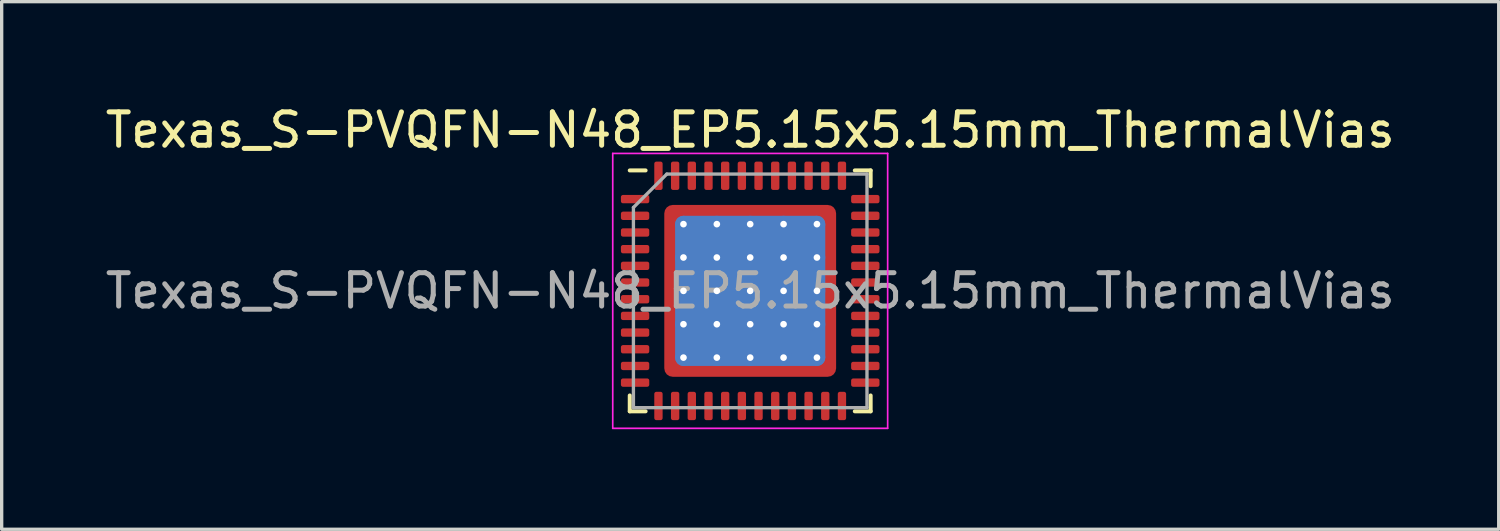
<source format=kicad_pcb>
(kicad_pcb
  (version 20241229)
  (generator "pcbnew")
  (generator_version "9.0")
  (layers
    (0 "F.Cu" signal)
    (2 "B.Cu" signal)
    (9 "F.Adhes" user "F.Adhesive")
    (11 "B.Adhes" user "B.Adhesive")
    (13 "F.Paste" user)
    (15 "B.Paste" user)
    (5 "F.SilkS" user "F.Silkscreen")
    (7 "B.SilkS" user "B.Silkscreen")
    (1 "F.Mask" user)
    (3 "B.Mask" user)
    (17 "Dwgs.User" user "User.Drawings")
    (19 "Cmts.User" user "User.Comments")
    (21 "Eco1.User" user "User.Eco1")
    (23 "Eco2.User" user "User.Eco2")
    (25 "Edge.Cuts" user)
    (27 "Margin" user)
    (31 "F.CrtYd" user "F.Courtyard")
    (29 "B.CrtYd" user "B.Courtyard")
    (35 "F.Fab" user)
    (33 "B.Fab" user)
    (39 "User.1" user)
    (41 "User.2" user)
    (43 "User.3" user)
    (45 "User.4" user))
  (footprint "Texas_S-PVQFN-N48_EP5.15x5.15mm_ThermalVias"
    (layer "F.Cu")
    (at 19.435 5.668)
    (property "Reference" "Texas_S-PVQFN-N48_EP5.15x5.15mm_ThermalVias" (at 0 -4.82 0) (layer "F.SilkS") (effects (font (size 1 1) (thickness 0.15))))
    (attr smd)
    (fp_line (start -3.61 3.61) (end -3.61 3.135) (stroke (width 0.12) (type solid)) (layer "F.SilkS"))
    (fp_line (start -3.135 -3.61) (end -3.61 -3.61) (stroke (width 0.12) (type solid)) (layer "F.SilkS"))
    (fp_line (start -3.135 3.61) (end -3.61 3.61) (stroke (width 0.12) (type solid)) (layer "F.SilkS"))
    (fp_line (start 3.135 -3.61) (end 3.61 -3.61) (stroke (width 0.12) (type solid)) (layer "F.SilkS"))
    (fp_line (start 3.135 3.61) (end 3.61 3.61) (stroke (width 0.12) (type solid)) (layer "F.SilkS"))
    (fp_line (start 3.61 -3.61) (end 3.61 -3.135) (stroke (width 0.12) (type solid)) (layer "F.SilkS"))
    (fp_line (start 3.61 3.61) (end 3.61 3.135) (stroke (width 0.12) (type solid)) (layer "F.SilkS"))
    (fp_line (start -4.12 -4.12) (end -4.12 4.12) (stroke (width 0.05) (type solid)) (layer "F.CrtYd"))
    (fp_line (start -4.12 4.12) (end 4.12 4.12) (stroke (width 0.05) (type solid)) (layer "F.CrtYd"))
    (fp_line (start 4.12 -4.12) (end -4.12 -4.12) (stroke (width 0.05) (type solid)) (layer "F.CrtYd"))
    (fp_line (start 4.12 4.12) (end 4.12 -4.12) (stroke (width 0.05) (type solid)) (layer "F.CrtYd"))
    (fp_line (start -3.5 -2.5) (end -2.5 -3.5) (stroke (width 0.1) (type solid)) (layer "F.Fab"))
    (fp_line (start -3.5 3.5) (end -3.5 -2.5) (stroke (width 0.1) (type solid)) (layer "F.Fab"))
    (fp_line (start -2.5 -3.5) (end 3.5 -3.5) (stroke (width 0.1) (type solid)) (layer "F.Fab"))
    (fp_line (start 3.5 -3.5) (end 3.5 3.5) (stroke (width 0.1) (type solid)) (layer "F.Fab"))
    (fp_line (start 3.5 3.5) (end -3.5 3.5) (stroke (width 0.1) (type solid)) (layer "F.Fab"))
    (fp_text user "${REFERENCE}" (at 0 0 0) (layer "F.Fab") (effects (font (size 1 1) (thickness 0.15))))
    (pad "" smd custom (at -2.288 -2.288) (size 0.342 0.342) (layers "F.Paste") (options (anchor circle)) (primitives (gr_poly (pts (xy -0.232 -0.232) (xy 0.232 -0.232) (xy 0.232 0.06) (xy 0.06 0.232) (xy -0.232 0.232)) (width 0) (fill yes))))
    (pad "" smd custom (at -2.288 -1.5) (size 0.371 0.371) (layers "F.Paste") (options (anchor circle)) (primitives (gr_poly (pts (xy -0.232 -0.403) (xy 0.102 -0.403) (xy 0.232 -0.273) (xy 0.232 0.273) (xy 0.102 0.403) (xy -0.232 0.403)) (width 0) (fill yes))))
    (pad "" smd custom (at -2.288 -0.5) (size 0.371 0.371) (layers "F.Paste") (options (anchor circle)) (primitives (gr_poly (pts (xy -0.232 -0.403) (xy 0.102 -0.403) (xy 0.232 -0.273) (xy 0.232 0.273) (xy 0.102 0.403) (xy -0.232 0.403)) (width 0) (fill yes))))
    (pad "" smd custom (at -2.288 0.5) (size 0.371 0.371) (layers "F.Paste") (options (anchor circle)) (primitives (gr_poly (pts (xy -0.232 -0.403) (xy 0.102 -0.403) (xy 0.232 -0.273) (xy 0.232 0.273) (xy 0.102 0.403) (xy -0.232 0.403)) (width 0) (fill yes))))
    (pad "" smd custom (at -2.288 1.5) (size 0.371 0.371) (layers "F.Paste") (options (anchor circle)) (primitives (gr_poly (pts (xy -0.232 -0.403) (xy 0.102 -0.403) (xy 0.232 -0.273) (xy 0.232 0.273) (xy 0.102 0.403) (xy -0.232 0.403)) (width 0) (fill yes))))
    (pad "" smd custom (at -2.288 2.288) (size 0.342 0.342) (layers "F.Paste") (options (anchor circle)) (primitives (gr_poly (pts (xy -0.232 -0.232) (xy 0.06 -0.232) (xy 0.232 -0.06) (xy 0.232 0.232) (xy -0.232 0.232)) (width 0) (fill yes))))
    (pad "" smd custom (at -1.5 -2.288) (size 0.371 0.371) (layers "F.Paste") (options (anchor circle)) (primitives (gr_poly (pts (xy -0.403 -0.232) (xy 0.403 -0.232) (xy 0.403 0.102) (xy 0.273 0.232) (xy -0.273 0.232) (xy -0.403 0.102)) (width 0) (fill yes))))
    (pad "" smd custom (at -1.5 -1.5) (size 0.743 0.743) (layers "F.Paste") (options (anchor circle)) (primitives (gr_poly (pts (xy -0.403 -0.314) (xy -0.314 -0.403) (xy 0.314 -0.403) (xy 0.403 -0.314) (xy 0.403 0.314) (xy 0.314 0.403) (xy -0.314 0.403) (xy -0.403 0.314)) (width 0) (fill yes))))
    (pad "" smd custom (at -1.5 -0.5) (size 0.743 0.743) (layers "F.Paste") (options (anchor circle)) (primitives (gr_poly (pts (xy -0.403 -0.314) (xy -0.314 -0.403) (xy 0.314 -0.403) (xy 0.403 -0.314) (xy 0.403 0.314) (xy 0.314 0.403) (xy -0.314 0.403) (xy -0.403 0.314)) (width 0) (fill yes))))
    (pad "" smd custom (at -1.5 0.5) (size 0.743 0.743) (layers "F.Paste") (options (anchor circle)) (primitives (gr_poly (pts (xy -0.403 -0.314) (xy -0.314 -0.403) (xy 0.314 -0.403) (xy 0.403 -0.314) (xy 0.403 0.314) (xy 0.314 0.403) (xy -0.314 0.403) (xy -0.403 0.314)) (width 0) (fill yes))))
    (pad "" smd custom (at -1.5 1.5) (size 0.743 0.743) (layers "F.Paste") (options (anchor circle)) (primitives (gr_poly (pts (xy -0.403 -0.314) (xy -0.314 -0.403) (xy 0.314 -0.403) (xy 0.403 -0.314) (xy 0.403 0.314) (xy 0.314 0.403) (xy -0.314 0.403) (xy -0.403 0.314)) (width 0) (fill yes))))
    (pad "" smd custom (at -1.5 2.288) (size 0.371 0.371) (layers "F.Paste") (options (anchor circle)) (primitives (gr_poly (pts (xy -0.403 -0.102) (xy -0.273 -0.232) (xy 0.273 -0.232) (xy 0.403 -0.102) (xy 0.403 0.232) (xy -0.403 0.232)) (width 0) (fill yes))))
    (pad "" smd custom (at -0.5 -2.288) (size 0.371 0.371) (layers "F.Paste") (options (anchor circle)) (primitives (gr_poly (pts (xy -0.403 -0.232) (xy 0.403 -0.232) (xy 0.403 0.102) (xy 0.273 0.232) (xy -0.273 0.232) (xy -0.403 0.102)) (width 0) (fill yes))))
    (pad "" smd custom (at -0.5 -1.5) (size 0.743 0.743) (layers "F.Paste") (options (anchor circle)) (primitives (gr_poly (pts (xy -0.403 -0.314) (xy -0.314 -0.403) (xy 0.314 -0.403) (xy 0.403 -0.314) (xy 0.403 0.314) (xy 0.314 0.403) (xy -0.314 0.403) (xy -0.403 0.314)) (width 0) (fill yes))))
    (pad "" smd custom (at -0.5 -0.5) (size 0.743 0.743) (layers "F.Paste") (options (anchor circle)) (primitives (gr_poly (pts (xy -0.403 -0.314) (xy -0.314 -0.403) (xy 0.314 -0.403) (xy 0.403 -0.314) (xy 0.403 0.314) (xy 0.314 0.403) (xy -0.314 0.403) (xy -0.403 0.314)) (width 0) (fill yes))))
    (pad "" smd custom (at -0.5 0.5) (size 0.743 0.743) (layers "F.Paste") (options (anchor circle)) (primitives (gr_poly (pts (xy -0.403 -0.314) (xy -0.314 -0.403) (xy 0.314 -0.403) (xy 0.403 -0.314) (xy 0.403 0.314) (xy 0.314 0.403) (xy -0.314 0.403) (xy -0.403 0.314)) (width 0) (fill yes))))
    (pad "" smd custom (at -0.5 1.5) (size 0.743 0.743) (layers "F.Paste") (options (anchor circle)) (primitives (gr_poly (pts (xy -0.403 -0.314) (xy -0.314 -0.403) (xy 0.314 -0.403) (xy 0.403 -0.314) (xy 0.403 0.314) (xy 0.314 0.403) (xy -0.314 0.403) (xy -0.403 0.314)) (width 0) (fill yes))))
    (pad "" smd custom (at -0.5 2.288) (size 0.371 0.371) (layers "F.Paste") (options (anchor circle)) (primitives (gr_poly (pts (xy -0.403 -0.102) (xy -0.273 -0.232) (xy 0.273 -0.232) (xy 0.403 -0.102) (xy 0.403 0.232) (xy -0.403 0.232)) (width 0) (fill yes))))
    (pad "" smd custom (at 0.5 -2.288) (size 0.371 0.371) (layers "F.Paste") (options (anchor circle)) (primitives (gr_poly (pts (xy -0.403 -0.232) (xy 0.403 -0.232) (xy 0.403 0.102) (xy 0.273 0.232) (xy -0.273 0.232) (xy -0.403 0.102)) (width 0) (fill yes))))
    (pad "" smd custom (at 0.5 -1.5) (size 0.743 0.743) (layers "F.Paste") (options (anchor circle)) (primitives (gr_poly (pts (xy -0.403 -0.314) (xy -0.314 -0.403) (xy 0.314 -0.403) (xy 0.403 -0.314) (xy 0.403 0.314) (xy 0.314 0.403) (xy -0.314 0.403) (xy -0.403 0.314)) (width 0) (fill yes))))
    (pad "" smd custom (at 0.5 -0.5) (size 0.743 0.743) (layers "F.Paste") (options (anchor circle)) (primitives (gr_poly (pts (xy -0.403 -0.314) (xy -0.314 -0.403) (xy 0.314 -0.403) (xy 0.403 -0.314) (xy 0.403 0.314) (xy 0.314 0.403) (xy -0.314 0.403) (xy -0.403 0.314)) (width 0) (fill yes))))
    (pad "" smd custom (at 0.5 0.5) (size 0.743 0.743) (layers "F.Paste") (options (anchor circle)) (primitives (gr_poly (pts (xy -0.403 -0.314) (xy -0.314 -0.403) (xy 0.314 -0.403) (xy 0.403 -0.314) (xy 0.403 0.314) (xy 0.314 0.403) (xy -0.314 0.403) (xy -0.403 0.314)) (width 0) (fill yes))))
    (pad "" smd custom (at 0.5 1.5) (size 0.743 0.743) (layers "F.Paste") (options (anchor circle)) (primitives (gr_poly (pts (xy -0.403 -0.314) (xy -0.314 -0.403) (xy 0.314 -0.403) (xy 0.403 -0.314) (xy 0.403 0.314) (xy 0.314 0.403) (xy -0.314 0.403) (xy -0.403 0.314)) (width 0) (fill yes))))
    (pad "" smd custom (at 0.5 2.288) (size 0.371 0.371) (layers "F.Paste") (options (anchor circle)) (primitives (gr_poly (pts (xy -0.403 -0.102) (xy -0.273 -0.232) (xy 0.273 -0.232) (xy 0.403 -0.102) (xy 0.403 0.232) (xy -0.403 0.232)) (width 0) (fill yes))))
    (pad "" smd custom (at 1.5 -2.288) (size 0.371 0.371) (layers "F.Paste") (options (anchor circle)) (primitives (gr_poly (pts (xy -0.403 -0.232) (xy 0.403 -0.232) (xy 0.403 0.102) (xy 0.273 0.232) (xy -0.273 0.232) (xy -0.403 0.102)) (width 0) (fill yes))))
    (pad "" smd custom (at 1.5 -1.5) (size 0.743 0.743) (layers "F.Paste") (options (anchor circle)) (primitives (gr_poly (pts (xy -0.403 -0.314) (xy -0.314 -0.403) (xy 0.314 -0.403) (xy 0.403 -0.314) (xy 0.403 0.314) (xy 0.314 0.403) (xy -0.314 0.403) (xy -0.403 0.314)) (width 0) (fill yes))))
    (pad "" smd custom (at 1.5 -0.5) (size 0.743 0.743) (layers "F.Paste") (options (anchor circle)) (primitives (gr_poly (pts (xy -0.403 -0.314) (xy -0.314 -0.403) (xy 0.314 -0.403) (xy 0.403 -0.314) (xy 0.403 0.314) (xy 0.314 0.403) (xy -0.314 0.403) (xy -0.403 0.314)) (width 0) (fill yes))))
    (pad "" smd custom (at 1.5 0.5) (size 0.743 0.743) (layers "F.Paste") (options (anchor circle)) (primitives (gr_poly (pts (xy -0.403 -0.314) (xy -0.314 -0.403) (xy 0.314 -0.403) (xy 0.403 -0.314) (xy 0.403 0.314) (xy 0.314 0.403) (xy -0.314 0.403) (xy -0.403 0.314)) (width 0) (fill yes))))
    (pad "" smd custom (at 1.5 1.5) (size 0.743 0.743) (layers "F.Paste") (options (anchor circle)) (primitives (gr_poly (pts (xy -0.403 -0.314) (xy -0.314 -0.403) (xy 0.314 -0.403) (xy 0.403 -0.314) (xy 0.403 0.314) (xy 0.314 0.403) (xy -0.314 0.403) (xy -0.403 0.314)) (width 0) (fill yes))))
    (pad "" smd custom (at 1.5 2.288) (size 0.371 0.371) (layers "F.Paste") (options (anchor circle)) (primitives (gr_poly (pts (xy -0.403 -0.102) (xy -0.273 -0.232) (xy 0.273 -0.232) (xy 0.403 -0.102) (xy 0.403 0.232) (xy -0.403 0.232)) (width 0) (fill yes))))
    (pad "" smd custom (at 2.288 -2.288) (size 0.342 0.342) (layers "F.Paste") (options (anchor circle)) (primitives (gr_poly (pts (xy -0.232 -0.232) (xy 0.232 -0.232) (xy 0.232 0.232) (xy -0.06 0.232) (xy -0.232 0.06)) (width 0) (fill yes))))
    (pad "" smd custom (at 2.288 -1.5) (size 0.371 0.371) (layers "F.Paste") (options (anchor circle)) (primitives (gr_poly (pts (xy -0.232 -0.273) (xy -0.102 -0.403) (xy 0.232 -0.403) (xy 0.232 0.403) (xy -0.102 0.403) (xy -0.232 0.273)) (width 0) (fill yes))))
    (pad "" smd custom (at 2.288 -0.5) (size 0.371 0.371) (layers "F.Paste") (options (anchor circle)) (primitives (gr_poly (pts (xy -0.232 -0.273) (xy -0.102 -0.403) (xy 0.232 -0.403) (xy 0.232 0.403) (xy -0.102 0.403) (xy -0.232 0.273)) (width 0) (fill yes))))
    (pad "" smd custom (at 2.288 0.5) (size 0.371 0.371) (layers "F.Paste") (options (anchor circle)) (primitives (gr_poly (pts (xy -0.232 -0.273) (xy -0.102 -0.403) (xy 0.232 -0.403) (xy 0.232 0.403) (xy -0.102 0.403) (xy -0.232 0.273)) (width 0) (fill yes))))
    (pad "" smd custom (at 2.288 1.5) (size 0.371 0.371) (layers "F.Paste") (options (anchor circle)) (primitives (gr_poly (pts (xy -0.232 -0.273) (xy -0.102 -0.403) (xy 0.232 -0.403) (xy 0.232 0.403) (xy -0.102 0.403) (xy -0.232 0.273)) (width 0) (fill yes))))
    (pad "" smd custom (at 2.288 2.288) (size 0.342 0.342) (layers "F.Paste") (options (anchor circle)) (primitives (gr_poly (pts (xy -0.232 -0.06) (xy -0.06 -0.232) (xy 0.232 -0.232) (xy 0.232 0.232) (xy -0.232 0.232)) (width 0) (fill yes))))
    (pad "1" smd roundrect (at -3.45 -2.75) (size 0.85 0.25) (layers "F.Cu" "F.Mask" "F.Paste") (roundrect_rratio 0.25))
    (pad "2" smd roundrect (at -3.45 -2.25) (size 0.85 0.25) (layers "F.Cu" "F.Mask" "F.Paste") (roundrect_rratio 0.25))
    (pad "3" smd roundrect (at -3.45 -1.75) (size 0.85 0.25) (layers "F.Cu" "F.Mask" "F.Paste") (roundrect_rratio 0.25))
    (pad "4" smd roundrect (at -3.45 -1.25) (size 0.85 0.25) (layers "F.Cu" "F.Mask" "F.Paste") (roundrect_rratio 0.25))
    (pad "5" smd roundrect (at -3.45 -0.75) (size 0.85 0.25) (layers "F.Cu" "F.Mask" "F.Paste") (roundrect_rratio 0.25))
    (pad "6" smd roundrect (at -3.45 -0.25) (size 0.85 0.25) (layers "F.Cu" "F.Mask" "F.Paste") (roundrect_rratio 0.25))
    (pad "7" smd roundrect (at -3.45 0.25) (size 0.85 0.25) (layers "F.Cu" "F.Mask" "F.Paste") (roundrect_rratio 0.25))
    (pad "8" smd roundrect (at -3.45 0.75) (size 0.85 0.25) (layers "F.Cu" "F.Mask" "F.Paste") (roundrect_rratio 0.25))
    (pad "9" smd roundrect (at -3.45 1.25) (size 0.85 0.25) (layers "F.Cu" "F.Mask" "F.Paste") (roundrect_rratio 0.25))
    (pad "10" smd roundrect (at -3.45 1.75) (size 0.85 0.25) (layers "F.Cu" "F.Mask" "F.Paste") (roundrect_rratio 0.25))
    (pad "11" smd roundrect (at -3.45 2.25) (size 0.85 0.25) (layers "F.Cu" "F.Mask" "F.Paste") (roundrect_rratio 0.25))
    (pad "12" smd roundrect (at -3.45 2.75) (size 0.85 0.25) (layers "F.Cu" "F.Mask" "F.Paste") (roundrect_rratio 0.25))
    (pad "13" smd roundrect (at -2.75 3.45) (size 0.25 0.85) (layers "F.Cu" "F.Mask" "F.Paste") (roundrect_rratio 0.25))
    (pad "14" smd roundrect (at -2.25 3.45) (size 0.25 0.85) (layers "F.Cu" "F.Mask" "F.Paste") (roundrect_rratio 0.25))
    (pad "15" smd roundrect (at -1.75 3.45) (size 0.25 0.85) (layers "F.Cu" "F.Mask" "F.Paste") (roundrect_rratio 0.25))
    (pad "16" smd roundrect (at -1.25 3.45) (size 0.25 0.85) (layers "F.Cu" "F.Mask" "F.Paste") (roundrect_rratio 0.25))
    (pad "17" smd roundrect (at -0.75 3.45) (size 0.25 0.85) (layers "F.Cu" "F.Mask" "F.Paste") (roundrect_rratio 0.25))
    (pad "18" smd roundrect (at -0.25 3.45) (size 0.25 0.85) (layers "F.Cu" "F.Mask" "F.Paste") (roundrect_rratio 0.25))
    (pad "19" smd roundrect (at 0.25 3.45) (size 0.25 0.85) (layers "F.Cu" "F.Mask" "F.Paste") (roundrect_rratio 0.25))
    (pad "20" smd roundrect (at 0.75 3.45) (size 0.25 0.85) (layers "F.Cu" "F.Mask" "F.Paste") (roundrect_rratio 0.25))
    (pad "21" smd roundrect (at 1.25 3.45) (size 0.25 0.85) (layers "F.Cu" "F.Mask" "F.Paste") (roundrect_rratio 0.25))
    (pad "22" smd roundrect (at 1.75 3.45) (size 0.25 0.85) (layers "F.Cu" "F.Mask" "F.Paste") (roundrect_rratio 0.25))
    (pad "23" smd roundrect (at 2.25 3.45) (size 0.25 0.85) (layers "F.Cu" "F.Mask" "F.Paste") (roundrect_rratio 0.25))
    (pad "24" smd roundrect (at 2.75 3.45) (size 0.25 0.85) (layers "F.Cu" "F.Mask" "F.Paste") (roundrect_rratio 0.25))
    (pad "25" smd roundrect (at 3.45 2.75) (size 0.85 0.25) (layers "F.Cu" "F.Mask" "F.Paste") (roundrect_rratio 0.25))
    (pad "26" smd roundrect (at 3.45 2.25) (size 0.85 0.25) (layers "F.Cu" "F.Mask" "F.Paste") (roundrect_rratio 0.25))
    (pad "27" smd roundrect (at 3.45 1.75) (size 0.85 0.25) (layers "F.Cu" "F.Mask" "F.Paste") (roundrect_rratio 0.25))
    (pad "28" smd roundrect (at 3.45 1.25) (size 0.85 0.25) (layers "F.Cu" "F.Mask" "F.Paste") (roundrect_rratio 0.25))
    (pad "29" smd roundrect (at 3.45 0.75) (size 0.85 0.25) (layers "F.Cu" "F.Mask" "F.Paste") (roundrect_rratio 0.25))
    (pad "30" smd roundrect (at 3.45 0.25) (size 0.85 0.25) (layers "F.Cu" "F.Mask" "F.Paste") (roundrect_rratio 0.25))
    (pad "31" smd roundrect (at 3.45 -0.25) (size 0.85 0.25) (layers "F.Cu" "F.Mask" "F.Paste") (roundrect_rratio 0.25))
    (pad "32" smd roundrect (at 3.45 -0.75) (size 0.85 0.25) (layers "F.Cu" "F.Mask" "F.Paste") (roundrect_rratio 0.25))
    (pad "33" smd roundrect (at 3.45 -1.25) (size 0.85 0.25) (layers "F.Cu" "F.Mask" "F.Paste") (roundrect_rratio 0.25))
    (pad "34" smd roundrect (at 3.45 -1.75) (size 0.85 0.25) (layers "F.Cu" "F.Mask" "F.Paste") (roundrect_rratio 0.25))
    (pad "35" smd roundrect (at 3.45 -2.25) (size 0.85 0.25) (layers "F.Cu" "F.Mask" "F.Paste") (roundrect_rratio 0.25))
    (pad "36" smd roundrect (at 3.45 -2.75) (size 0.85 0.25) (layers "F.Cu" "F.Mask" "F.Paste") (roundrect_rratio 0.25))
    (pad "37" smd roundrect (at 2.75 -3.45) (size 0.25 0.85) (layers "F.Cu" "F.Mask" "F.Paste") (roundrect_rratio 0.25))
    (pad "38" smd roundrect (at 2.25 -3.45) (size 0.25 0.85) (layers "F.Cu" "F.Mask" "F.Paste") (roundrect_rratio 0.25))
    (pad "39" smd roundrect (at 1.75 -3.45) (size 0.25 0.85) (layers "F.Cu" "F.Mask" "F.Paste") (roundrect_rratio 0.25))
    (pad "40" smd roundrect (at 1.25 -3.45) (size 0.25 0.85) (layers "F.Cu" "F.Mask" "F.Paste") (roundrect_rratio 0.25))
    (pad "41" smd roundrect (at 0.75 -3.45) (size 0.25 0.85) (layers "F.Cu" "F.Mask" "F.Paste") (roundrect_rratio 0.25))
    (pad "42" smd roundrect (at 0.25 -3.45) (size 0.25 0.85) (layers "F.Cu" "F.Mask" "F.Paste") (roundrect_rratio 0.25))
    (pad "43" smd roundrect (at -0.25 -3.45) (size 0.25 0.85) (layers "F.Cu" "F.Mask" "F.Paste") (roundrect_rratio 0.25))
    (pad "44" smd roundrect (at -0.75 -3.45) (size 0.25 0.85) (layers "F.Cu" "F.Mask" "F.Paste") (roundrect_rratio 0.25))
    (pad "45" smd roundrect (at -1.25 -3.45) (size 0.25 0.85) (layers "F.Cu" "F.Mask" "F.Paste") (roundrect_rratio 0.25))
    (pad "46" smd roundrect (at -1.75 -3.45) (size 0.25 0.85) (layers "F.Cu" "F.Mask" "F.Paste") (roundrect_rratio 0.25))
    (pad "47" smd roundrect (at -2.25 -3.45) (size 0.25 0.85) (layers "F.Cu" "F.Mask" "F.Paste") (roundrect_rratio 0.25))
    (pad "48" smd roundrect (at -2.75 -3.45) (size 0.25 0.85) (layers "F.Cu" "F.Mask" "F.Paste") (roundrect_rratio 0.25))
    (pad "49" thru_hole circle (at -2 -2) (size 0.5 0.5) (drill 0.2) (layers "*.Cu"))
    (pad "49" thru_hole circle (at -2 -1) (size 0.5 0.5) (drill 0.2) (layers "*.Cu"))
    (pad "49" thru_hole circle (at -2 0) (size 0.5 0.5) (drill 0.2) (layers "*.Cu"))
    (pad "49" thru_hole circle (at -2 1) (size 0.5 0.5) (drill 0.2) (layers "*.Cu"))
    (pad "49" thru_hole circle (at -2 2) (size 0.5 0.5) (drill 0.2) (layers "*.Cu"))
    (pad "49" thru_hole circle (at -1 -2) (size 0.5 0.5) (drill 0.2) (layers "*.Cu"))
    (pad "49" thru_hole circle (at -1 -1) (size 0.5 0.5) (drill 0.2) (layers "*.Cu"))
    (pad "49" thru_hole circle (at -1 0) (size 0.5 0.5) (drill 0.2) (layers "*.Cu"))
    (pad "49" thru_hole circle (at -1 1) (size 0.5 0.5) (drill 0.2) (layers "*.Cu"))
    (pad "49" thru_hole circle (at -1 2) (size 0.5 0.5) (drill 0.2) (layers "*.Cu"))
    (pad "49" thru_hole circle (at 0 -2) (size 0.5 0.5) (drill 0.2) (layers "*.Cu"))
    (pad "49" thru_hole circle (at 0 -1) (size 0.5 0.5) (drill 0.2) (layers "*.Cu"))
    (pad "49" thru_hole circle (at 0 0) (size 0.5 0.5) (drill 0.2) (layers "*.Cu"))
    (pad "49" smd roundrect (at 0 0) (size 4.5 4.5) (layers "B.Cu") (roundrect_rratio 0.056))
    (pad "49" smd roundrect (at 0 0) (size 5.15 5.15) (layers "F.Cu" "F.Mask") (roundrect_rratio 0.049))
    (pad "49" thru_hole circle (at 0 1) (size 0.5 0.5) (drill 0.2) (layers "*.Cu"))
    (pad "49" thru_hole circle (at 0 2) (size 0.5 0.5) (drill 0.2) (layers "*.Cu"))
    (pad "49" thru_hole circle (at 1 -2) (size 0.5 0.5) (drill 0.2) (layers "*.Cu"))
    (pad "49" thru_hole circle (at 1 -1) (size 0.5 0.5) (drill 0.2) (layers "*.Cu"))
    (pad "49" thru_hole circle (at 1 0) (size 0.5 0.5) (drill 0.2) (layers "*.Cu"))
    (pad "49" thru_hole circle (at 1 1) (size 0.5 0.5) (drill 0.2) (layers "*.Cu"))
    (pad "49" thru_hole circle (at 1 2) (size 0.5 0.5) (drill 0.2) (layers "*.Cu"))
    (pad "49" thru_hole circle (at 2 -2) (size 0.5 0.5) (drill 0.2) (layers "*.Cu"))
    (pad "49" thru_hole circle (at 2 -1) (size 0.5 0.5) (drill 0.2) (layers "*.Cu"))
    (pad "49" thru_hole circle (at 2 0) (size 0.5 0.5) (drill 0.2) (layers "*.Cu"))
    (pad "49" thru_hole circle (at 2 1) (size 0.5 0.5) (drill 0.2) (layers "*.Cu"))
    (pad "49" thru_hole circle (at 2 2) (size 0.5 0.5) (drill 0.2) (layers "*.Cu")))
  (gr_rect
    (start -3 -3)
    (end 41.869 12.813)
    (stroke (width 0.1) (type default))
    (fill no)
    (layer "Edge.Cuts")))
</source>
